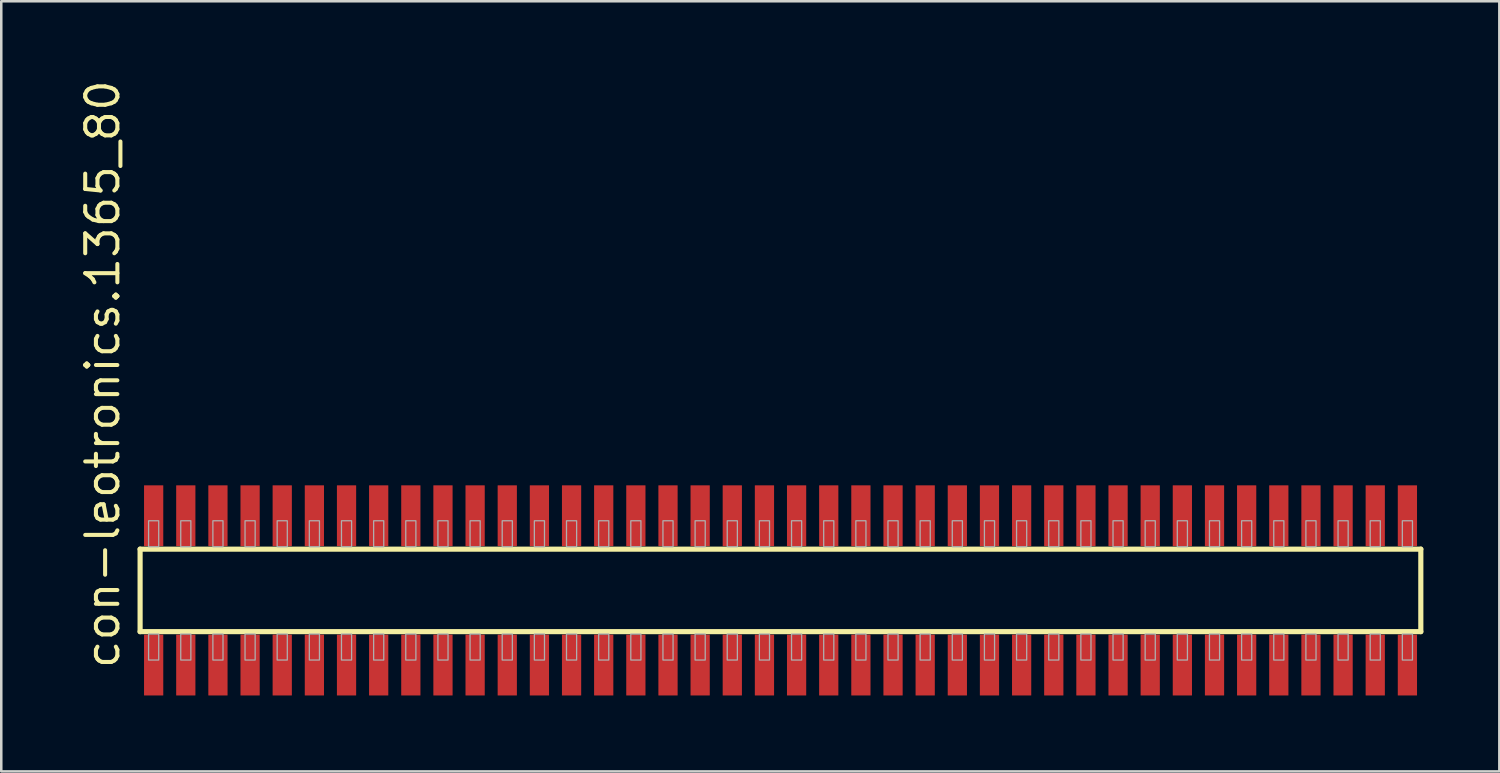
<source format=kicad_pcb>
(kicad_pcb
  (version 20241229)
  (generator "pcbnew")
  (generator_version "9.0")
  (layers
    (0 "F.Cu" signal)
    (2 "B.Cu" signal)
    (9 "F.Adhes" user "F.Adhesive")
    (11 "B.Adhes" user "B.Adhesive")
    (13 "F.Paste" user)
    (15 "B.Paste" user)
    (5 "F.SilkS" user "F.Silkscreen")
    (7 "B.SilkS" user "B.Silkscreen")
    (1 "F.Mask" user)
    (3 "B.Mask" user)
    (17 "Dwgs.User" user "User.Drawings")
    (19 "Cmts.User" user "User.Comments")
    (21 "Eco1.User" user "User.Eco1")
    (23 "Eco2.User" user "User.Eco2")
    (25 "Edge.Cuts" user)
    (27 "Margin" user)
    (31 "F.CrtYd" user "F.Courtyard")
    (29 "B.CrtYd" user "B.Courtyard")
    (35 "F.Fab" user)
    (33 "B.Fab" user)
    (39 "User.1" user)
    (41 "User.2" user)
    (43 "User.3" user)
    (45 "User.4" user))
  (footprint "con-leotronics.1365_80"
    (layer "F.Cu")
    (at 27.785 20.274)
    (property "Reference" "con-leotronics.1365_80" (at -26.035 3.175 90) (layer "F.SilkS") (effects (font (size 1.27 1.27) (thickness 0.16)) (justify left bottom)))
    (attr smd)
    (fp_line (start -25.3 -1.63) (end 25.295 -1.63) (stroke (width 0.203) (type default)) (layer "F.SilkS"))
    (fp_line (start -25.3 1.63) (end -25.3 -1.63) (stroke (width 0.203) (type default)) (layer "F.SilkS"))
    (fp_line (start 25.295 -1.63) (end 25.295 1.63) (stroke (width 0.203) (type default)) (layer "F.SilkS"))
    (fp_line (start 25.295 1.63) (end -25.3 1.63) (stroke (width 0.203) (type default)) (layer "F.SilkS"))
    (fp_rect (start -24.965 -1.725) (end -24.565 -2.75) (stroke (width 0.05) (type default)) (fill no) (layer "F.Fab"))
    (fp_rect (start -24.965 2.75) (end -24.565 1.725) (stroke (width 0.05) (type default)) (fill no) (layer "F.Fab"))
    (fp_rect (start -23.695 -1.725) (end -23.295 -2.75) (stroke (width 0.05) (type default)) (fill no) (layer "F.Fab"))
    (fp_rect (start -23.695 2.75) (end -23.295 1.725) (stroke (width 0.05) (type default)) (fill no) (layer "F.Fab"))
    (fp_rect (start -22.425 -1.725) (end -22.025 -2.75) (stroke (width 0.05) (type default)) (fill no) (layer "F.Fab"))
    (fp_rect (start -22.425 2.75) (end -22.025 1.725) (stroke (width 0.05) (type default)) (fill no) (layer "F.Fab"))
    (fp_rect (start -21.155 -1.725) (end -20.755 -2.75) (stroke (width 0.05) (type default)) (fill no) (layer "F.Fab"))
    (fp_rect (start -21.155 2.75) (end -20.755 1.725) (stroke (width 0.05) (type default)) (fill no) (layer "F.Fab"))
    (fp_rect (start -19.885 -1.725) (end -19.485 -2.75) (stroke (width 0.05) (type default)) (fill no) (layer "F.Fab"))
    (fp_rect (start -19.885 2.75) (end -19.485 1.725) (stroke (width 0.05) (type default)) (fill no) (layer "F.Fab"))
    (fp_rect (start -18.615 -1.725) (end -18.215 -2.75) (stroke (width 0.05) (type default)) (fill no) (layer "F.Fab"))
    (fp_rect (start -18.615 2.75) (end -18.215 1.725) (stroke (width 0.05) (type default)) (fill no) (layer "F.Fab"))
    (fp_rect (start -17.345 -1.725) (end -16.945 -2.75) (stroke (width 0.05) (type default)) (fill no) (layer "F.Fab"))
    (fp_rect (start -17.345 2.75) (end -16.945 1.725) (stroke (width 0.05) (type default)) (fill no) (layer "F.Fab"))
    (fp_rect (start -16.075 -1.725) (end -15.675 -2.75) (stroke (width 0.05) (type default)) (fill no) (layer "F.Fab"))
    (fp_rect (start -16.075 2.75) (end -15.675 1.725) (stroke (width 0.05) (type default)) (fill no) (layer "F.Fab"))
    (fp_rect (start -14.805 -1.725) (end -14.405 -2.75) (stroke (width 0.05) (type default)) (fill no) (layer "F.Fab"))
    (fp_rect (start -14.805 2.75) (end -14.405 1.725) (stroke (width 0.05) (type default)) (fill no) (layer "F.Fab"))
    (fp_rect (start -13.535 -1.725) (end -13.135 -2.75) (stroke (width 0.05) (type default)) (fill no) (layer "F.Fab"))
    (fp_rect (start -13.535 2.75) (end -13.135 1.725) (stroke (width 0.05) (type default)) (fill no) (layer "F.Fab"))
    (fp_rect (start -12.265 -1.725) (end -11.865 -2.75) (stroke (width 0.05) (type default)) (fill no) (layer "F.Fab"))
    (fp_rect (start -12.265 2.75) (end -11.865 1.725) (stroke (width 0.05) (type default)) (fill no) (layer "F.Fab"))
    (fp_rect (start -10.995 -1.725) (end -10.595 -2.75) (stroke (width 0.05) (type default)) (fill no) (layer "F.Fab"))
    (fp_rect (start -10.995 2.75) (end -10.595 1.725) (stroke (width 0.05) (type default)) (fill no) (layer "F.Fab"))
    (fp_rect (start -9.725 -1.725) (end -9.325 -2.75) (stroke (width 0.05) (type default)) (fill no) (layer "F.Fab"))
    (fp_rect (start -9.725 2.75) (end -9.325 1.725) (stroke (width 0.05) (type default)) (fill no) (layer "F.Fab"))
    (fp_rect (start -8.455 -1.725) (end -8.055 -2.75) (stroke (width 0.05) (type default)) (fill no) (layer "F.Fab"))
    (fp_rect (start -8.455 2.75) (end -8.055 1.725) (stroke (width 0.05) (type default)) (fill no) (layer "F.Fab"))
    (fp_rect (start -7.185 -1.725) (end -6.785 -2.75) (stroke (width 0.05) (type default)) (fill no) (layer "F.Fab"))
    (fp_rect (start -7.185 2.75) (end -6.785 1.725) (stroke (width 0.05) (type default)) (fill no) (layer "F.Fab"))
    (fp_rect (start -5.915 -1.725) (end -5.515 -2.75) (stroke (width 0.05) (type default)) (fill no) (layer "F.Fab"))
    (fp_rect (start -5.915 2.75) (end -5.515 1.725) (stroke (width 0.05) (type default)) (fill no) (layer "F.Fab"))
    (fp_rect (start -4.645 -1.725) (end -4.245 -2.75) (stroke (width 0.05) (type default)) (fill no) (layer "F.Fab"))
    (fp_rect (start -4.645 2.75) (end -4.245 1.725) (stroke (width 0.05) (type default)) (fill no) (layer "F.Fab"))
    (fp_rect (start -3.375 -1.725) (end -2.975 -2.75) (stroke (width 0.05) (type default)) (fill no) (layer "F.Fab"))
    (fp_rect (start -3.375 2.75) (end -2.975 1.725) (stroke (width 0.05) (type default)) (fill no) (layer "F.Fab"))
    (fp_rect (start -2.105 -1.725) (end -1.705 -2.75) (stroke (width 0.05) (type default)) (fill no) (layer "F.Fab"))
    (fp_rect (start -2.105 2.75) (end -1.705 1.725) (stroke (width 0.05) (type default)) (fill no) (layer "F.Fab"))
    (fp_rect (start -0.835 -1.725) (end -0.435 -2.75) (stroke (width 0.05) (type default)) (fill no) (layer "F.Fab"))
    (fp_rect (start -0.835 2.75) (end -0.435 1.725) (stroke (width 0.05) (type default)) (fill no) (layer "F.Fab"))
    (fp_rect (start 0.435 -1.725) (end 0.835 -2.75) (stroke (width 0.05) (type default)) (fill no) (layer "F.Fab"))
    (fp_rect (start 0.435 2.75) (end 0.835 1.725) (stroke (width 0.05) (type default)) (fill no) (layer "F.Fab"))
    (fp_rect (start 1.705 -1.725) (end 2.105 -2.75) (stroke (width 0.05) (type default)) (fill no) (layer "F.Fab"))
    (fp_rect (start 1.705 2.75) (end 2.105 1.725) (stroke (width 0.05) (type default)) (fill no) (layer "F.Fab"))
    (fp_rect (start 2.975 -1.725) (end 3.375 -2.75) (stroke (width 0.05) (type default)) (fill no) (layer "F.Fab"))
    (fp_rect (start 2.975 2.75) (end 3.375 1.725) (stroke (width 0.05) (type default)) (fill no) (layer "F.Fab"))
    (fp_rect (start 4.245 -1.725) (end 4.645 -2.75) (stroke (width 0.05) (type default)) (fill no) (layer "F.Fab"))
    (fp_rect (start 4.245 2.75) (end 4.645 1.725) (stroke (width 0.05) (type default)) (fill no) (layer "F.Fab"))
    (fp_rect (start 5.515 -1.725) (end 5.915 -2.75) (stroke (width 0.05) (type default)) (fill no) (layer "F.Fab"))
    (fp_rect (start 5.515 2.75) (end 5.915 1.725) (stroke (width 0.05) (type default)) (fill no) (layer "F.Fab"))
    (fp_rect (start 6.785 -1.725) (end 7.185 -2.75) (stroke (width 0.05) (type default)) (fill no) (layer "F.Fab"))
    (fp_rect (start 6.785 2.75) (end 7.185 1.725) (stroke (width 0.05) (type default)) (fill no) (layer "F.Fab"))
    (fp_rect (start 8.055 -1.725) (end 8.455 -2.75) (stroke (width 0.05) (type default)) (fill no) (layer "F.Fab"))
    (fp_rect (start 8.055 2.75) (end 8.455 1.725) (stroke (width 0.05) (type default)) (fill no) (layer "F.Fab"))
    (fp_rect (start 9.325 -1.725) (end 9.725 -2.75) (stroke (width 0.05) (type default)) (fill no) (layer "F.Fab"))
    (fp_rect (start 9.325 2.75) (end 9.725 1.725) (stroke (width 0.05) (type default)) (fill no) (layer "F.Fab"))
    (fp_rect (start 10.595 -1.725) (end 10.995 -2.75) (stroke (width 0.05) (type default)) (fill no) (layer "F.Fab"))
    (fp_rect (start 10.595 2.75) (end 10.995 1.725) (stroke (width 0.05) (type default)) (fill no) (layer "F.Fab"))
    (fp_rect (start 11.865 -1.725) (end 12.265 -2.75) (stroke (width 0.05) (type default)) (fill no) (layer "F.Fab"))
    (fp_rect (start 11.865 2.75) (end 12.265 1.725) (stroke (width 0.05) (type default)) (fill no) (layer "F.Fab"))
    (fp_rect (start 13.135 -1.725) (end 13.535 -2.75) (stroke (width 0.05) (type default)) (fill no) (layer "F.Fab"))
    (fp_rect (start 13.135 2.75) (end 13.535 1.725) (stroke (width 0.05) (type default)) (fill no) (layer "F.Fab"))
    (fp_rect (start 14.405 -1.725) (end 14.805 -2.75) (stroke (width 0.05) (type default)) (fill no) (layer "F.Fab"))
    (fp_rect (start 14.405 2.75) (end 14.805 1.725) (stroke (width 0.05) (type default)) (fill no) (layer "F.Fab"))
    (fp_rect (start 15.675 -1.725) (end 16.075 -2.75) (stroke (width 0.05) (type default)) (fill no) (layer "F.Fab"))
    (fp_rect (start 15.675 2.75) (end 16.075 1.725) (stroke (width 0.05) (type default)) (fill no) (layer "F.Fab"))
    (fp_rect (start 16.945 -1.725) (end 17.345 -2.75) (stroke (width 0.05) (type default)) (fill no) (layer "F.Fab"))
    (fp_rect (start 16.945 2.75) (end 17.345 1.725) (stroke (width 0.05) (type default)) (fill no) (layer "F.Fab"))
    (fp_rect (start 18.215 -1.725) (end 18.615 -2.75) (stroke (width 0.05) (type default)) (fill no) (layer "F.Fab"))
    (fp_rect (start 18.215 2.75) (end 18.615 1.725) (stroke (width 0.05) (type default)) (fill no) (layer "F.Fab"))
    (fp_rect (start 19.485 -1.725) (end 19.885 -2.75) (stroke (width 0.05) (type default)) (fill no) (layer "F.Fab"))
    (fp_rect (start 19.485 2.75) (end 19.885 1.725) (stroke (width 0.05) (type default)) (fill no) (layer "F.Fab"))
    (fp_rect (start 20.755 -1.725) (end 21.155 -2.75) (stroke (width 0.05) (type default)) (fill no) (layer "F.Fab"))
    (fp_rect (start 20.755 2.75) (end 21.155 1.725) (stroke (width 0.05) (type default)) (fill no) (layer "F.Fab"))
    (fp_rect (start 22.025 -1.725) (end 22.425 -2.75) (stroke (width 0.05) (type default)) (fill no) (layer "F.Fab"))
    (fp_rect (start 22.025 2.75) (end 22.425 1.725) (stroke (width 0.05) (type default)) (fill no) (layer "F.Fab"))
    (fp_rect (start 23.295 -1.725) (end 23.695 -2.75) (stroke (width 0.05) (type default)) (fill no) (layer "F.Fab"))
    (fp_rect (start 23.295 2.75) (end 23.695 1.725) (stroke (width 0.05) (type default)) (fill no) (layer "F.Fab"))
    (fp_rect (start 24.565 -1.725) (end 24.965 -2.75) (stroke (width 0.05) (type default)) (fill no) (layer "F.Fab"))
    (fp_rect (start 24.565 2.75) (end 24.965 1.725) (stroke (width 0.05) (type default)) (fill no) (layer "F.Fab"))
    (pad "1" smd roundrect (at -24.765 2.95) (size 0.76 2.4) (layers "F.Cu" "F.Mask" "F.Paste") (roundrect_rratio 0.01))
    (pad "2" smd roundrect (at -24.765 -2.95) (size 0.76 2.4) (layers "F.Cu" "F.Mask" "F.Paste") (roundrect_rratio 0.01))
    (pad "3" smd roundrect (at -23.495 2.95) (size 0.76 2.4) (layers "F.Cu" "F.Mask" "F.Paste") (roundrect_rratio 0.01))
    (pad "4" smd roundrect (at -23.495 -2.95) (size 0.76 2.4) (layers "F.Cu" "F.Mask" "F.Paste") (roundrect_rratio 0.01))
    (pad "5" smd roundrect (at -22.225 2.95) (size 0.76 2.4) (layers "F.Cu" "F.Mask" "F.Paste") (roundrect_rratio 0.01))
    (pad "6" smd roundrect (at -22.225 -2.95) (size 0.76 2.4) (layers "F.Cu" "F.Mask" "F.Paste") (roundrect_rratio 0.01))
    (pad "7" smd roundrect (at -20.955 2.95) (size 0.76 2.4) (layers "F.Cu" "F.Mask" "F.Paste") (roundrect_rratio 0.01))
    (pad "8" smd roundrect (at -20.955 -2.95) (size 0.76 2.4) (layers "F.Cu" "F.Mask" "F.Paste") (roundrect_rratio 0.01))
    (pad "9" smd roundrect (at -19.685 2.95) (size 0.76 2.4) (layers "F.Cu" "F.Mask" "F.Paste") (roundrect_rratio 0.01))
    (pad "10" smd roundrect (at -19.685 -2.95) (size 0.76 2.4) (layers "F.Cu" "F.Mask" "F.Paste") (roundrect_rratio 0.01))
    (pad "11" smd roundrect (at -18.415 2.95) (size 0.76 2.4) (layers "F.Cu" "F.Mask" "F.Paste") (roundrect_rratio 0.01))
    (pad "12" smd roundrect (at -18.415 -2.95) (size 0.76 2.4) (layers "F.Cu" "F.Mask" "F.Paste") (roundrect_rratio 0.01))
    (pad "13" smd roundrect (at -17.145 2.95) (size 0.76 2.4) (layers "F.Cu" "F.Mask" "F.Paste") (roundrect_rratio 0.01))
    (pad "14" smd roundrect (at -17.145 -2.95) (size 0.76 2.4) (layers "F.Cu" "F.Mask" "F.Paste") (roundrect_rratio 0.01))
    (pad "15" smd roundrect (at -15.875 2.95) (size 0.76 2.4) (layers "F.Cu" "F.Mask" "F.Paste") (roundrect_rratio 0.01))
    (pad "16" smd roundrect (at -15.875 -2.95) (size 0.76 2.4) (layers "F.Cu" "F.Mask" "F.Paste") (roundrect_rratio 0.01))
    (pad "17" smd roundrect (at -14.605 2.95) (size 0.76 2.4) (layers "F.Cu" "F.Mask" "F.Paste") (roundrect_rratio 0.01))
    (pad "18" smd roundrect (at -14.605 -2.95) (size 0.76 2.4) (layers "F.Cu" "F.Mask" "F.Paste") (roundrect_rratio 0.01))
    (pad "19" smd roundrect (at -13.335 2.95) (size 0.76 2.4) (layers "F.Cu" "F.Mask" "F.Paste") (roundrect_rratio 0.01))
    (pad "20" smd roundrect (at -13.335 -2.95) (size 0.76 2.4) (layers "F.Cu" "F.Mask" "F.Paste") (roundrect_rratio 0.01))
    (pad "21" smd roundrect (at -12.065 2.95) (size 0.76 2.4) (layers "F.Cu" "F.Mask" "F.Paste") (roundrect_rratio 0.01))
    (pad "22" smd roundrect (at -12.065 -2.95) (size 0.76 2.4) (layers "F.Cu" "F.Mask" "F.Paste") (roundrect_rratio 0.01))
    (pad "23" smd roundrect (at -10.795 2.95) (size 0.76 2.4) (layers "F.Cu" "F.Mask" "F.Paste") (roundrect_rratio 0.01))
    (pad "24" smd roundrect (at -10.795 -2.95) (size 0.76 2.4) (layers "F.Cu" "F.Mask" "F.Paste") (roundrect_rratio 0.01))
    (pad "25" smd roundrect (at -9.525 2.95) (size 0.76 2.4) (layers "F.Cu" "F.Mask" "F.Paste") (roundrect_rratio 0.01))
    (pad "26" smd roundrect (at -9.525 -2.95) (size 0.76 2.4) (layers "F.Cu" "F.Mask" "F.Paste") (roundrect_rratio 0.01))
    (pad "27" smd roundrect (at -8.255 2.95) (size 0.76 2.4) (layers "F.Cu" "F.Mask" "F.Paste") (roundrect_rratio 0.01))
    (pad "28" smd roundrect (at -8.255 -2.95) (size 0.76 2.4) (layers "F.Cu" "F.Mask" "F.Paste") (roundrect_rratio 0.01))
    (pad "29" smd roundrect (at -6.985 2.95) (size 0.76 2.4) (layers "F.Cu" "F.Mask" "F.Paste") (roundrect_rratio 0.01))
    (pad "30" smd roundrect (at -6.985 -2.95) (size 0.76 2.4) (layers "F.Cu" "F.Mask" "F.Paste") (roundrect_rratio 0.01))
    (pad "31" smd roundrect (at -5.715 2.95) (size 0.76 2.4) (layers "F.Cu" "F.Mask" "F.Paste") (roundrect_rratio 0.01))
    (pad "32" smd roundrect (at -5.715 -2.95) (size 0.76 2.4) (layers "F.Cu" "F.Mask" "F.Paste") (roundrect_rratio 0.01))
    (pad "33" smd roundrect (at -4.445 2.95) (size 0.76 2.4) (layers "F.Cu" "F.Mask" "F.Paste") (roundrect_rratio 0.01))
    (pad "34" smd roundrect (at -4.445 -2.95) (size 0.76 2.4) (layers "F.Cu" "F.Mask" "F.Paste") (roundrect_rratio 0.01))
    (pad "35" smd roundrect (at -3.175 2.95) (size 0.76 2.4) (layers "F.Cu" "F.Mask" "F.Paste") (roundrect_rratio 0.01))
    (pad "36" smd roundrect (at -3.175 -2.95) (size 0.76 2.4) (layers "F.Cu" "F.Mask" "F.Paste") (roundrect_rratio 0.01))
    (pad "37" smd roundrect (at -1.905 2.95) (size 0.76 2.4) (layers "F.Cu" "F.Mask" "F.Paste") (roundrect_rratio 0.01))
    (pad "38" smd roundrect (at -1.905 -2.95) (size 0.76 2.4) (layers "F.Cu" "F.Mask" "F.Paste") (roundrect_rratio 0.01))
    (pad "39" smd roundrect (at -0.635 2.95) (size 0.76 2.4) (layers "F.Cu" "F.Mask" "F.Paste") (roundrect_rratio 0.01))
    (pad "40" smd roundrect (at -0.635 -2.95) (size 0.76 2.4) (layers "F.Cu" "F.Mask" "F.Paste") (roundrect_rratio 0.01))
    (pad "41" smd roundrect (at 0.635 2.95) (size 0.76 2.4) (layers "F.Cu" "F.Mask" "F.Paste") (roundrect_rratio 0.01))
    (pad "42" smd roundrect (at 0.635 -2.95) (size 0.76 2.4) (layers "F.Cu" "F.Mask" "F.Paste") (roundrect_rratio 0.01))
    (pad "43" smd roundrect (at 1.905 2.95) (size 0.76 2.4) (layers "F.Cu" "F.Mask" "F.Paste") (roundrect_rratio 0.01))
    (pad "44" smd roundrect (at 1.905 -2.95) (size 0.76 2.4) (layers "F.Cu" "F.Mask" "F.Paste") (roundrect_rratio 0.01))
    (pad "45" smd roundrect (at 3.175 2.95) (size 0.76 2.4) (layers "F.Cu" "F.Mask" "F.Paste") (roundrect_rratio 0.01))
    (pad "46" smd roundrect (at 3.175 -2.95) (size 0.76 2.4) (layers "F.Cu" "F.Mask" "F.Paste") (roundrect_rratio 0.01))
    (pad "47" smd roundrect (at 4.445 2.95) (size 0.76 2.4) (layers "F.Cu" "F.Mask" "F.Paste") (roundrect_rratio 0.01))
    (pad "48" smd roundrect (at 4.445 -2.95) (size 0.76 2.4) (layers "F.Cu" "F.Mask" "F.Paste") (roundrect_rratio 0.01))
    (pad "49" smd roundrect (at 5.715 2.95) (size 0.76 2.4) (layers "F.Cu" "F.Mask" "F.Paste") (roundrect_rratio 0.01))
    (pad "50" smd roundrect (at 5.715 -2.95) (size 0.76 2.4) (layers "F.Cu" "F.Mask" "F.Paste") (roundrect_rratio 0.01))
    (pad "51" smd roundrect (at 6.985 2.95) (size 0.76 2.4) (layers "F.Cu" "F.Mask" "F.Paste") (roundrect_rratio 0.01))
    (pad "52" smd roundrect (at 6.985 -2.95) (size 0.76 2.4) (layers "F.Cu" "F.Mask" "F.Paste") (roundrect_rratio 0.01))
    (pad "53" smd roundrect (at 8.255 2.95) (size 0.76 2.4) (layers "F.Cu" "F.Mask" "F.Paste") (roundrect_rratio 0.01))
    (pad "54" smd roundrect (at 8.255 -2.95) (size 0.76 2.4) (layers "F.Cu" "F.Mask" "F.Paste") (roundrect_rratio 0.01))
    (pad "55" smd roundrect (at 9.525 2.95) (size 0.76 2.4) (layers "F.Cu" "F.Mask" "F.Paste") (roundrect_rratio 0.01))
    (pad "56" smd roundrect (at 9.525 -2.95) (size 0.76 2.4) (layers "F.Cu" "F.Mask" "F.Paste") (roundrect_rratio 0.01))
    (pad "57" smd roundrect (at 10.795 2.95) (size 0.76 2.4) (layers "F.Cu" "F.Mask" "F.Paste") (roundrect_rratio 0.01))
    (pad "58" smd roundrect (at 10.795 -2.95) (size 0.76 2.4) (layers "F.Cu" "F.Mask" "F.Paste") (roundrect_rratio 0.01))
    (pad "59" smd roundrect (at 12.065 2.95) (size 0.76 2.4) (layers "F.Cu" "F.Mask" "F.Paste") (roundrect_rratio 0.01))
    (pad "60" smd roundrect (at 12.065 -2.95) (size 0.76 2.4) (layers "F.Cu" "F.Mask" "F.Paste") (roundrect_rratio 0.01))
    (pad "61" smd roundrect (at 13.335 2.95) (size 0.76 2.4) (layers "F.Cu" "F.Mask" "F.Paste") (roundrect_rratio 0.01))
    (pad "62" smd roundrect (at 13.335 -2.95) (size 0.76 2.4) (layers "F.Cu" "F.Mask" "F.Paste") (roundrect_rratio 0.01))
    (pad "63" smd roundrect (at 14.605 2.95) (size 0.76 2.4) (layers "F.Cu" "F.Mask" "F.Paste") (roundrect_rratio 0.01))
    (pad "64" smd roundrect (at 14.605 -2.95) (size 0.76 2.4) (layers "F.Cu" "F.Mask" "F.Paste") (roundrect_rratio 0.01))
    (pad "65" smd roundrect (at 15.875 2.95) (size 0.76 2.4) (layers "F.Cu" "F.Mask" "F.Paste") (roundrect_rratio 0.01))
    (pad "66" smd roundrect (at 15.875 -2.95) (size 0.76 2.4) (layers "F.Cu" "F.Mask" "F.Paste") (roundrect_rratio 0.01))
    (pad "67" smd roundrect (at 17.145 2.95) (size 0.76 2.4) (layers "F.Cu" "F.Mask" "F.Paste") (roundrect_rratio 0.01))
    (pad "68" smd roundrect (at 17.145 -2.95) (size 0.76 2.4) (layers "F.Cu" "F.Mask" "F.Paste") (roundrect_rratio 0.01))
    (pad "69" smd roundrect (at 18.415 2.95) (size 0.76 2.4) (layers "F.Cu" "F.Mask" "F.Paste") (roundrect_rratio 0.01))
    (pad "70" smd roundrect (at 18.415 -2.95) (size 0.76 2.4) (layers "F.Cu" "F.Mask" "F.Paste") (roundrect_rratio 0.01))
    (pad "71" smd roundrect (at 19.685 2.95) (size 0.76 2.4) (layers "F.Cu" "F.Mask" "F.Paste") (roundrect_rratio 0.01))
    (pad "72" smd roundrect (at 19.685 -2.95) (size 0.76 2.4) (layers "F.Cu" "F.Mask" "F.Paste") (roundrect_rratio 0.01))
    (pad "73" smd roundrect (at 20.955 2.95) (size 0.76 2.4) (layers "F.Cu" "F.Mask" "F.Paste") (roundrect_rratio 0.01))
    (pad "74" smd roundrect (at 20.955 -2.95) (size 0.76 2.4) (layers "F.Cu" "F.Mask" "F.Paste") (roundrect_rratio 0.01))
    (pad "75" smd roundrect (at 22.225 2.95) (size 0.76 2.4) (layers "F.Cu" "F.Mask" "F.Paste") (roundrect_rratio 0.01))
    (pad "76" smd roundrect (at 22.225 -2.95) (size 0.76 2.4) (layers "F.Cu" "F.Mask" "F.Paste") (roundrect_rratio 0.01))
    (pad "77" smd roundrect (at 23.495 2.95) (size 0.76 2.4) (layers "F.Cu" "F.Mask" "F.Paste") (roundrect_rratio 0.01))
    (pad "78" smd roundrect (at 23.495 -2.95) (size 0.76 2.4) (layers "F.Cu" "F.Mask" "F.Paste") (roundrect_rratio 0.01))
    (pad "79" smd roundrect (at 24.765 2.95) (size 0.76 2.4) (layers "F.Cu" "F.Mask" "F.Paste") (roundrect_rratio 0.01))
    (pad "80" smd roundrect (at 24.765 -2.95) (size 0.76 2.4) (layers "F.Cu" "F.Mask" "F.Paste") (roundrect_rratio 0.01)))
  (gr_rect
    (start -3 -3)
    (end 56.182 27.424)
    (stroke (width 0.1) (type default))
    (fill no)
    (layer "Edge.Cuts")))
</source>
